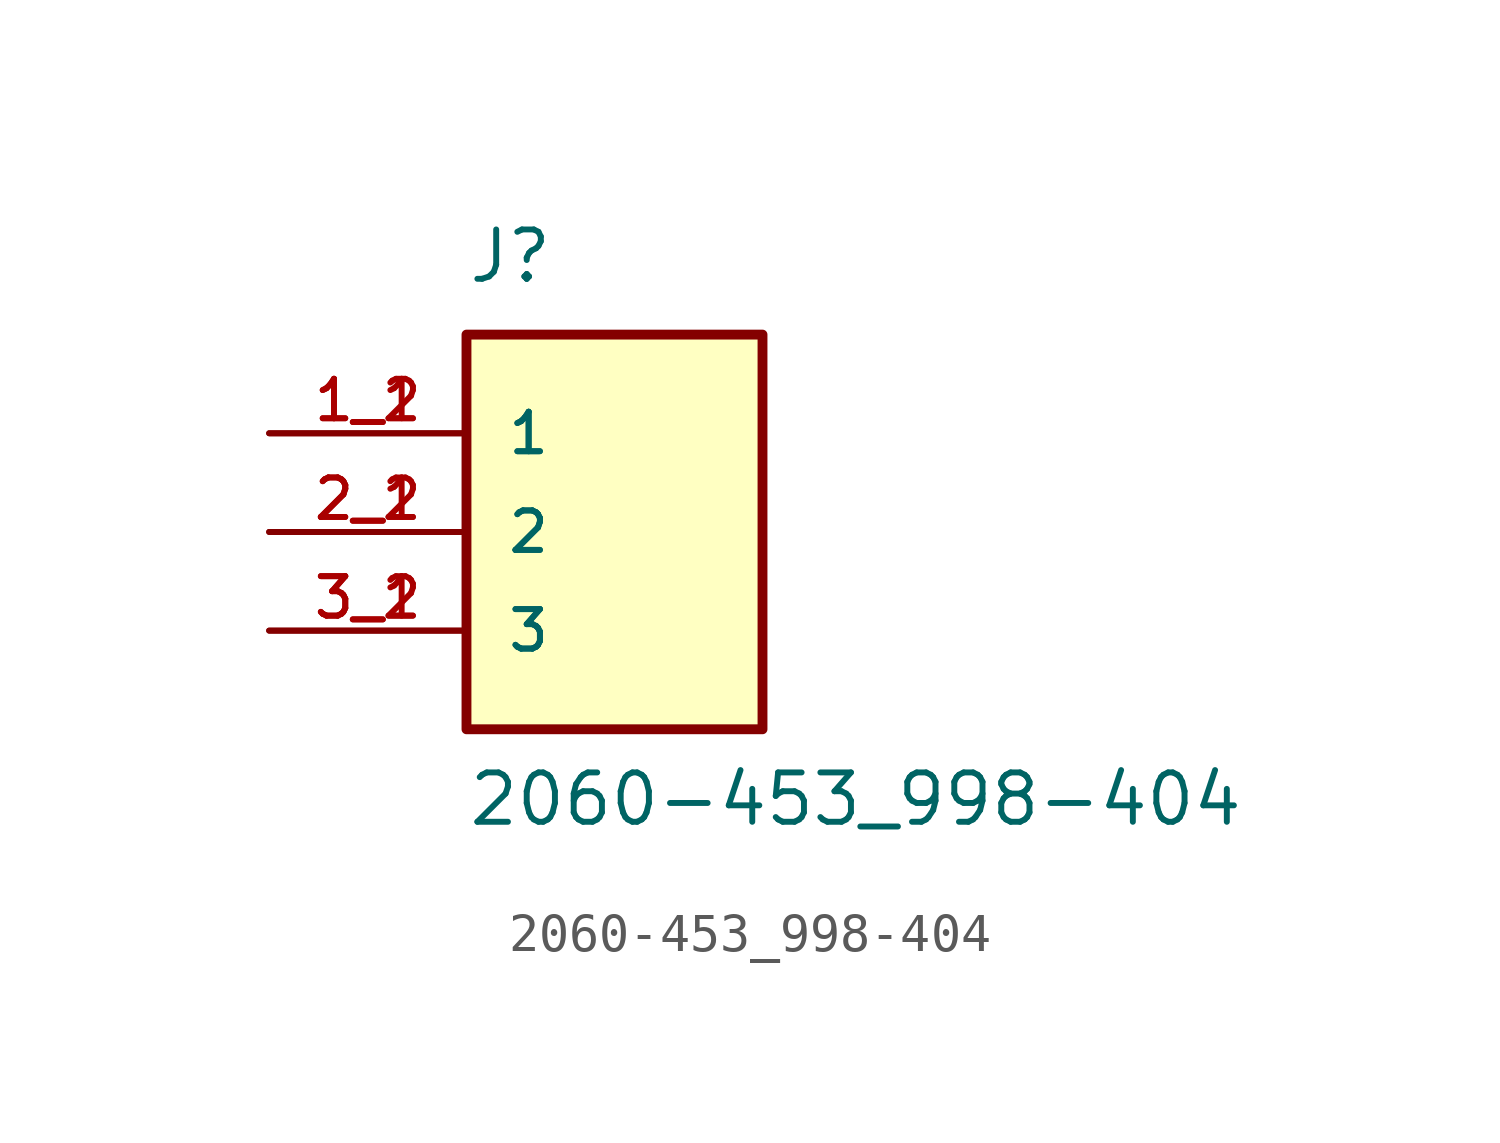
<source format=kicad_sym>
(kicad_symbol_lib
  (version 20211014)
  (generator kicad_symbol_editor)
  (symbol "2060-453_998-404"
    (pin_names
      (offset 1.016))
    (property "Reference" "J"
      (at -2.541 6.353 0)
      (effects (font (size 1.27 1.27)) (justify bottom left)))
    (property "Value" "2060-453_998-404"
      (at -2.541 -7.624 0)
      (effects (font (size 1.27 1.27)) (justify bottom left)))
    (symbol "2060-453_998-404_0_0"
      (rectangle (start -2.54 -5.08) (end 5.08 5.08) (stroke (width 0.254)) (fill (type background)))
      (pin passive line (at -7.62 2.54 0) (length 5.08) (name "1" (effects (font (size 1.016 1.016)))) (number "1_1" (effects (font (size 1.016 1.016)))))
      (pin passive line (at -7.62 2.54 0) (length 5.08) (name "1" (effects (font (size 1.016 1.016)))) (number "1_2" (effects (font (size 1.016 1.016)))))
      (pin passive line (at -7.62 0.0 0) (length 5.08) (name "2" (effects (font (size 1.016 1.016)))) (number "2_1" (effects (font (size 1.016 1.016)))))
      (pin passive line (at -7.62 0.0 0) (length 5.08) (name "2" (effects (font (size 1.016 1.016)))) (number "2_2" (effects (font (size 1.016 1.016)))))
      (pin passive line (at -7.62 -2.54 0) (length 5.08) (name "3" (effects (font (size 1.016 1.016)))) (number "3_1" (effects (font (size 1.016 1.016)))))
      (pin passive line (at -7.62 -2.54 0) (length 5.08) (name "3" (effects (font (size 1.016 1.016)))) (number "3_2" (effects (font (size 1.016 1.016))))))))
</source>
